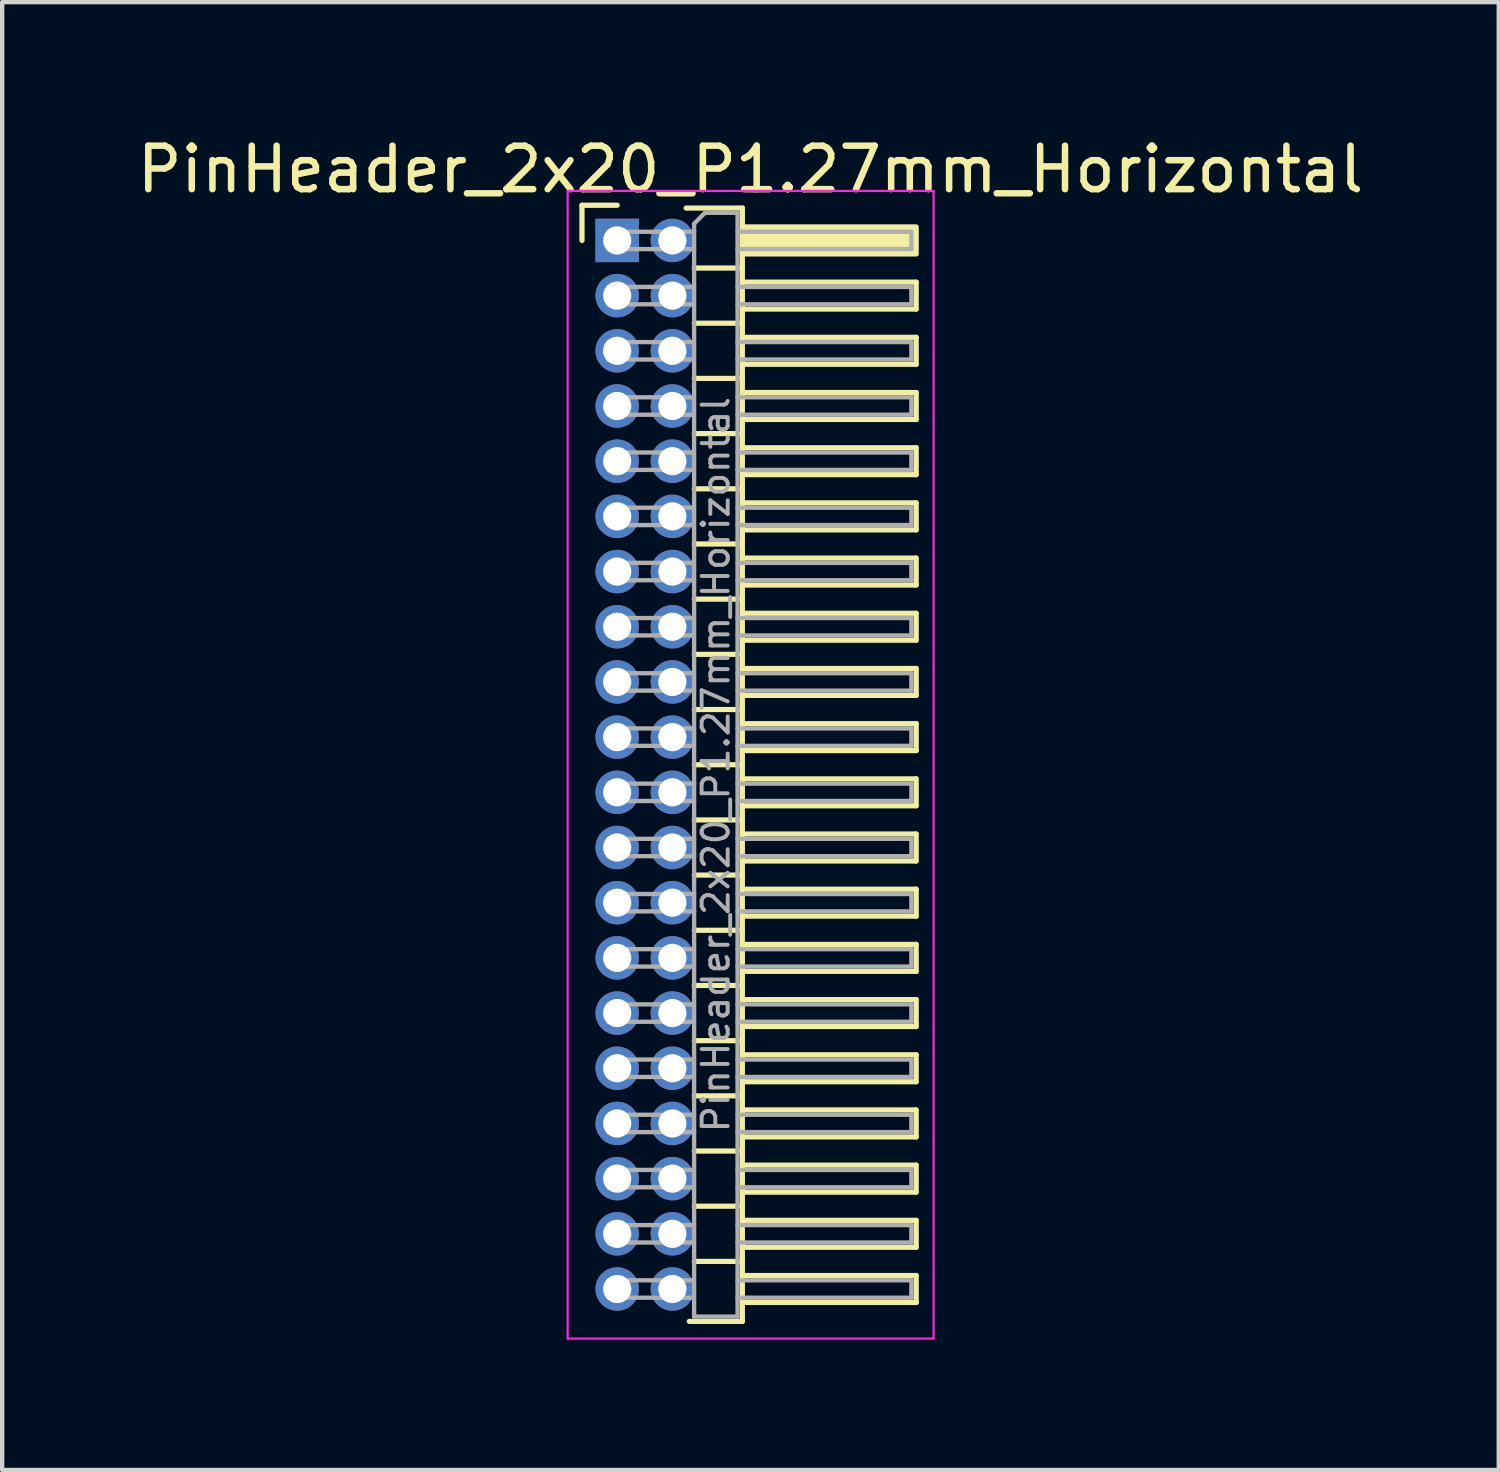
<source format=kicad_pcb>
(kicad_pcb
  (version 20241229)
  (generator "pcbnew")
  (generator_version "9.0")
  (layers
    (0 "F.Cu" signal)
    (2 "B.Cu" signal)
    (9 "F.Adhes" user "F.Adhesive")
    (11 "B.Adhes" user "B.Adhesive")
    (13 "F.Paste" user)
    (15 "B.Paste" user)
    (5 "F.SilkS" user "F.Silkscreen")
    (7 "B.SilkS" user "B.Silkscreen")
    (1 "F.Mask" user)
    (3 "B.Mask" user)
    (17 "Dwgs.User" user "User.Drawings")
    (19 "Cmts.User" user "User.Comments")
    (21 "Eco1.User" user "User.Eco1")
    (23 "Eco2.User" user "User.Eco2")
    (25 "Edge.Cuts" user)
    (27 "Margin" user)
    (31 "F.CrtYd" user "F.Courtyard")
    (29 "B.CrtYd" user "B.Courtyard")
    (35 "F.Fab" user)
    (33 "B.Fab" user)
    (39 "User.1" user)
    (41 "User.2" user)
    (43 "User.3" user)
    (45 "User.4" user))
  (footprint "PinHeader_2x20_P1.27mm_Horizontal"
    (layer "F.Cu")
    (at 11.153 2.483)
    (property "Reference" "PinHeader_2x20_P1.27mm_Horizontal" (at 3.067 -1.635 0) (layer "F.SilkS") (effects (font (size 1 1) (thickness 0.15))))
    (attr through_hole)
    (fp_line (start -0.81 -0.81) (end 0 -0.81) (stroke (width 0.12) (type solid)) (layer "F.SilkS"))
    (fp_line (start -0.81 0) (end -0.81 -0.81) (stroke (width 0.12) (type solid)) (layer "F.SilkS"))
    (fp_line (start 1.588 -0.745) (end 2.88 -0.745) (stroke (width 0.12) (type solid)) (layer "F.SilkS"))
    (fp_line (start 1.773 0.635) (end 2.88 0.635) (stroke (width 0.12) (type solid)) (layer "F.SilkS"))
    (fp_line (start 1.773 1.905) (end 2.88 1.905) (stroke (width 0.12) (type solid)) (layer "F.SilkS"))
    (fp_line (start 1.773 3.175) (end 2.88 3.175) (stroke (width 0.12) (type solid)) (layer "F.SilkS"))
    (fp_line (start 1.773 4.445) (end 2.88 4.445) (stroke (width 0.12) (type solid)) (layer "F.SilkS"))
    (fp_line (start 1.773 5.715) (end 2.88 5.715) (stroke (width 0.12) (type solid)) (layer "F.SilkS"))
    (fp_line (start 1.773 6.985) (end 2.88 6.985) (stroke (width 0.12) (type solid)) (layer "F.SilkS"))
    (fp_line (start 1.773 8.255) (end 2.88 8.255) (stroke (width 0.12) (type solid)) (layer "F.SilkS"))
    (fp_line (start 1.773 9.525) (end 2.88 9.525) (stroke (width 0.12) (type solid)) (layer "F.SilkS"))
    (fp_line (start 1.773 10.795) (end 2.88 10.795) (stroke (width 0.12) (type solid)) (layer "F.SilkS"))
    (fp_line (start 1.773 12.065) (end 2.88 12.065) (stroke (width 0.12) (type solid)) (layer "F.SilkS"))
    (fp_line (start 1.773 13.335) (end 2.88 13.335) (stroke (width 0.12) (type solid)) (layer "F.SilkS"))
    (fp_line (start 1.773 14.605) (end 2.88 14.605) (stroke (width 0.12) (type solid)) (layer "F.SilkS"))
    (fp_line (start 1.773 15.875) (end 2.88 15.875) (stroke (width 0.12) (type solid)) (layer "F.SilkS"))
    (fp_line (start 1.773 17.145) (end 2.88 17.145) (stroke (width 0.12) (type solid)) (layer "F.SilkS"))
    (fp_line (start 1.773 18.415) (end 2.88 18.415) (stroke (width 0.12) (type solid)) (layer "F.SilkS"))
    (fp_line (start 1.773 19.685) (end 2.88 19.685) (stroke (width 0.12) (type solid)) (layer "F.SilkS"))
    (fp_line (start 1.773 20.955) (end 2.88 20.955) (stroke (width 0.12) (type solid)) (layer "F.SilkS"))
    (fp_line (start 1.773 22.225) (end 2.88 22.225) (stroke (width 0.12) (type solid)) (layer "F.SilkS"))
    (fp_line (start 1.773 23.495) (end 2.88 23.495) (stroke (width 0.12) (type solid)) (layer "F.SilkS"))
    (fp_line (start 2.88 -0.745) (end 2.88 24.875) (stroke (width 0.12) (type solid)) (layer "F.SilkS"))
    (fp_line (start 2.88 0.96) (end 6.88 0.96) (stroke (width 0.12) (type solid)) (layer "F.SilkS"))
    (fp_line (start 2.88 2.23) (end 6.88 2.23) (stroke (width 0.12) (type solid)) (layer "F.SilkS"))
    (fp_line (start 2.88 3.5) (end 6.88 3.5) (stroke (width 0.12) (type solid)) (layer "F.SilkS"))
    (fp_line (start 2.88 4.77) (end 6.88 4.77) (stroke (width 0.12) (type solid)) (layer "F.SilkS"))
    (fp_line (start 2.88 6.04) (end 6.88 6.04) (stroke (width 0.12) (type solid)) (layer "F.SilkS"))
    (fp_line (start 2.88 7.31) (end 6.88 7.31) (stroke (width 0.12) (type solid)) (layer "F.SilkS"))
    (fp_line (start 2.88 8.58) (end 6.88 8.58) (stroke (width 0.12) (type solid)) (layer "F.SilkS"))
    (fp_line (start 2.88 9.85) (end 6.88 9.85) (stroke (width 0.12) (type solid)) (layer "F.SilkS"))
    (fp_line (start 2.88 11.12) (end 6.88 11.12) (stroke (width 0.12) (type solid)) (layer "F.SilkS"))
    (fp_line (start 2.88 12.39) (end 6.88 12.39) (stroke (width 0.12) (type solid)) (layer "F.SilkS"))
    (fp_line (start 2.88 13.66) (end 6.88 13.66) (stroke (width 0.12) (type solid)) (layer "F.SilkS"))
    (fp_line (start 2.88 14.93) (end 6.88 14.93) (stroke (width 0.12) (type solid)) (layer "F.SilkS"))
    (fp_line (start 2.88 16.2) (end 6.88 16.2) (stroke (width 0.12) (type solid)) (layer "F.SilkS"))
    (fp_line (start 2.88 17.47) (end 6.88 17.47) (stroke (width 0.12) (type solid)) (layer "F.SilkS"))
    (fp_line (start 2.88 18.74) (end 6.88 18.74) (stroke (width 0.12) (type solid)) (layer "F.SilkS"))
    (fp_line (start 2.88 20.01) (end 6.88 20.01) (stroke (width 0.12) (type solid)) (layer "F.SilkS"))
    (fp_line (start 2.88 21.28) (end 6.88 21.28) (stroke (width 0.12) (type solid)) (layer "F.SilkS"))
    (fp_line (start 2.88 22.55) (end 6.88 22.55) (stroke (width 0.12) (type solid)) (layer "F.SilkS"))
    (fp_line (start 2.88 23.82) (end 6.88 23.82) (stroke (width 0.12) (type solid)) (layer "F.SilkS"))
    (fp_line (start 2.88 24.875) (end 1.66 24.875) (stroke (width 0.12) (type solid)) (layer "F.SilkS"))
    (fp_line (start 6.88 0.96) (end 6.88 1.58) (stroke (width 0.12) (type solid)) (layer "F.SilkS"))
    (fp_line (start 6.88 1.58) (end 2.88 1.58) (stroke (width 0.12) (type solid)) (layer "F.SilkS"))
    (fp_line (start 6.88 2.23) (end 6.88 2.85) (stroke (width 0.12) (type solid)) (layer "F.SilkS"))
    (fp_line (start 6.88 2.85) (end 2.88 2.85) (stroke (width 0.12) (type solid)) (layer "F.SilkS"))
    (fp_line (start 6.88 3.5) (end 6.88 4.12) (stroke (width 0.12) (type solid)) (layer "F.SilkS"))
    (fp_line (start 6.88 4.12) (end 2.88 4.12) (stroke (width 0.12) (type solid)) (layer "F.SilkS"))
    (fp_line (start 6.88 4.77) (end 6.88 5.39) (stroke (width 0.12) (type solid)) (layer "F.SilkS"))
    (fp_line (start 6.88 5.39) (end 2.88 5.39) (stroke (width 0.12) (type solid)) (layer "F.SilkS"))
    (fp_line (start 6.88 6.04) (end 6.88 6.66) (stroke (width 0.12) (type solid)) (layer "F.SilkS"))
    (fp_line (start 6.88 6.66) (end 2.88 6.66) (stroke (width 0.12) (type solid)) (layer "F.SilkS"))
    (fp_line (start 6.88 7.31) (end 6.88 7.93) (stroke (width 0.12) (type solid)) (layer "F.SilkS"))
    (fp_line (start 6.88 7.93) (end 2.88 7.93) (stroke (width 0.12) (type solid)) (layer "F.SilkS"))
    (fp_line (start 6.88 8.58) (end 6.88 9.2) (stroke (width 0.12) (type solid)) (layer "F.SilkS"))
    (fp_line (start 6.88 9.2) (end 2.88 9.2) (stroke (width 0.12) (type solid)) (layer "F.SilkS"))
    (fp_line (start 6.88 9.85) (end 6.88 10.47) (stroke (width 0.12) (type solid)) (layer "F.SilkS"))
    (fp_line (start 6.88 10.47) (end 2.88 10.47) (stroke (width 0.12) (type solid)) (layer "F.SilkS"))
    (fp_line (start 6.88 11.12) (end 6.88 11.74) (stroke (width 0.12) (type solid)) (layer "F.SilkS"))
    (fp_line (start 6.88 11.74) (end 2.88 11.74) (stroke (width 0.12) (type solid)) (layer "F.SilkS"))
    (fp_line (start 6.88 12.39) (end 6.88 13.01) (stroke (width 0.12) (type solid)) (layer "F.SilkS"))
    (fp_line (start 6.88 13.01) (end 2.88 13.01) (stroke (width 0.12) (type solid)) (layer "F.SilkS"))
    (fp_line (start 6.88 13.66) (end 6.88 14.28) (stroke (width 0.12) (type solid)) (layer "F.SilkS"))
    (fp_line (start 6.88 14.28) (end 2.88 14.28) (stroke (width 0.12) (type solid)) (layer "F.SilkS"))
    (fp_line (start 6.88 14.93) (end 6.88 15.55) (stroke (width 0.12) (type solid)) (layer "F.SilkS"))
    (fp_line (start 6.88 15.55) (end 2.88 15.55) (stroke (width 0.12) (type solid)) (layer "F.SilkS"))
    (fp_line (start 6.88 16.2) (end 6.88 16.82) (stroke (width 0.12) (type solid)) (layer "F.SilkS"))
    (fp_line (start 6.88 16.82) (end 2.88 16.82) (stroke (width 0.12) (type solid)) (layer "F.SilkS"))
    (fp_line (start 6.88 17.47) (end 6.88 18.09) (stroke (width 0.12) (type solid)) (layer "F.SilkS"))
    (fp_line (start 6.88 18.09) (end 2.88 18.09) (stroke (width 0.12) (type solid)) (layer "F.SilkS"))
    (fp_line (start 6.88 18.74) (end 6.88 19.36) (stroke (width 0.12) (type solid)) (layer "F.SilkS"))
    (fp_line (start 6.88 19.36) (end 2.88 19.36) (stroke (width 0.12) (type solid)) (layer "F.SilkS"))
    (fp_line (start 6.88 20.01) (end 6.88 20.63) (stroke (width 0.12) (type solid)) (layer "F.SilkS"))
    (fp_line (start 6.88 20.63) (end 2.88 20.63) (stroke (width 0.12) (type solid)) (layer "F.SilkS"))
    (fp_line (start 6.88 21.28) (end 6.88 21.9) (stroke (width 0.12) (type solid)) (layer "F.SilkS"))
    (fp_line (start 6.88 21.9) (end 2.88 21.9) (stroke (width 0.12) (type solid)) (layer "F.SilkS"))
    (fp_line (start 6.88 22.55) (end 6.88 23.17) (stroke (width 0.12) (type solid)) (layer "F.SilkS"))
    (fp_line (start 6.88 23.17) (end 2.88 23.17) (stroke (width 0.12) (type solid)) (layer "F.SilkS"))
    (fp_line (start 6.88 23.82) (end 6.88 24.44) (stroke (width 0.12) (type solid)) (layer "F.SilkS"))
    (fp_line (start 6.88 24.44) (end 2.88 24.44) (stroke (width 0.12) (type solid)) (layer "F.SilkS"))
    (fp_rect (start 2.88 -0.31) (end 6.88 0.31) (stroke (width 0.12) (type solid)) (fill yes) (layer "F.SilkS"))
    (fp_line (start -1.14 -1.14) (end -1.14 25.27) (stroke (width 0.05) (type solid)) (layer "F.CrtYd"))
    (fp_line (start -1.14 25.27) (end 7.28 25.27) (stroke (width 0.05) (type solid)) (layer "F.CrtYd"))
    (fp_line (start 7.28 -1.14) (end -1.14 -1.14) (stroke (width 0.05) (type solid)) (layer "F.CrtYd"))
    (fp_line (start 7.28 25.27) (end 7.28 -1.14) (stroke (width 0.05) (type solid)) (layer "F.CrtYd"))
    (fp_line (start -0.2 -0.2) (end -0.2 0.2) (stroke (width 0.1) (type solid)) (layer "F.Fab"))
    (fp_line (start -0.2 -0.2) (end 1.77 -0.2) (stroke (width 0.1) (type solid)) (layer "F.Fab"))
    (fp_line (start -0.2 0.2) (end 1.77 0.2) (stroke (width 0.1) (type solid)) (layer "F.Fab"))
    (fp_line (start -0.2 1.07) (end -0.2 1.47) (stroke (width 0.1) (type solid)) (layer "F.Fab"))
    (fp_line (start -0.2 1.07) (end 1.77 1.07) (stroke (width 0.1) (type solid)) (layer "F.Fab"))
    (fp_line (start -0.2 1.47) (end 1.77 1.47) (stroke (width 0.1) (type solid)) (layer "F.Fab"))
    (fp_line (start -0.2 2.34) (end -0.2 2.74) (stroke (width 0.1) (type solid)) (layer "F.Fab"))
    (fp_line (start -0.2 2.34) (end 1.77 2.34) (stroke (width 0.1) (type solid)) (layer "F.Fab"))
    (fp_line (start -0.2 2.74) (end 1.77 2.74) (stroke (width 0.1) (type solid)) (layer "F.Fab"))
    (fp_line (start -0.2 3.61) (end -0.2 4.01) (stroke (width 0.1) (type solid)) (layer "F.Fab"))
    (fp_line (start -0.2 3.61) (end 1.77 3.61) (stroke (width 0.1) (type solid)) (layer "F.Fab"))
    (fp_line (start -0.2 4.01) (end 1.77 4.01) (stroke (width 0.1) (type solid)) (layer "F.Fab"))
    (fp_line (start -0.2 4.88) (end -0.2 5.28) (stroke (width 0.1) (type solid)) (layer "F.Fab"))
    (fp_line (start -0.2 4.88) (end 1.77 4.88) (stroke (width 0.1) (type solid)) (layer "F.Fab"))
    (fp_line (start -0.2 5.28) (end 1.77 5.28) (stroke (width 0.1) (type solid)) (layer "F.Fab"))
    (fp_line (start -0.2 6.15) (end -0.2 6.55) (stroke (width 0.1) (type solid)) (layer "F.Fab"))
    (fp_line (start -0.2 6.15) (end 1.77 6.15) (stroke (width 0.1) (type solid)) (layer "F.Fab"))
    (fp_line (start -0.2 6.55) (end 1.77 6.55) (stroke (width 0.1) (type solid)) (layer "F.Fab"))
    (fp_line (start -0.2 7.42) (end -0.2 7.82) (stroke (width 0.1) (type solid)) (layer "F.Fab"))
    (fp_line (start -0.2 7.42) (end 1.77 7.42) (stroke (width 0.1) (type solid)) (layer "F.Fab"))
    (fp_line (start -0.2 7.82) (end 1.77 7.82) (stroke (width 0.1) (type solid)) (layer "F.Fab"))
    (fp_line (start -0.2 8.69) (end -0.2 9.09) (stroke (width 0.1) (type solid)) (layer "F.Fab"))
    (fp_line (start -0.2 8.69) (end 1.77 8.69) (stroke (width 0.1) (type solid)) (layer "F.Fab"))
    (fp_line (start -0.2 9.09) (end 1.77 9.09) (stroke (width 0.1) (type solid)) (layer "F.Fab"))
    (fp_line (start -0.2 9.96) (end -0.2 10.36) (stroke (width 0.1) (type solid)) (layer "F.Fab"))
    (fp_line (start -0.2 9.96) (end 1.77 9.96) (stroke (width 0.1) (type solid)) (layer "F.Fab"))
    (fp_line (start -0.2 10.36) (end 1.77 10.36) (stroke (width 0.1) (type solid)) (layer "F.Fab"))
    (fp_line (start -0.2 11.23) (end -0.2 11.63) (stroke (width 0.1) (type solid)) (layer "F.Fab"))
    (fp_line (start -0.2 11.23) (end 1.77 11.23) (stroke (width 0.1) (type solid)) (layer "F.Fab"))
    (fp_line (start -0.2 11.63) (end 1.77 11.63) (stroke (width 0.1) (type solid)) (layer "F.Fab"))
    (fp_line (start -0.2 12.5) (end -0.2 12.9) (stroke (width 0.1) (type solid)) (layer "F.Fab"))
    (fp_line (start -0.2 12.5) (end 1.77 12.5) (stroke (width 0.1) (type solid)) (layer "F.Fab"))
    (fp_line (start -0.2 12.9) (end 1.77 12.9) (stroke (width 0.1) (type solid)) (layer "F.Fab"))
    (fp_line (start -0.2 13.77) (end -0.2 14.17) (stroke (width 0.1) (type solid)) (layer "F.Fab"))
    (fp_line (start -0.2 13.77) (end 1.77 13.77) (stroke (width 0.1) (type solid)) (layer "F.Fab"))
    (fp_line (start -0.2 14.17) (end 1.77 14.17) (stroke (width 0.1) (type solid)) (layer "F.Fab"))
    (fp_line (start -0.2 15.04) (end -0.2 15.44) (stroke (width 0.1) (type solid)) (layer "F.Fab"))
    (fp_line (start -0.2 15.04) (end 1.77 15.04) (stroke (width 0.1) (type solid)) (layer "F.Fab"))
    (fp_line (start -0.2 15.44) (end 1.77 15.44) (stroke (width 0.1) (type solid)) (layer "F.Fab"))
    (fp_line (start -0.2 16.31) (end -0.2 16.71) (stroke (width 0.1) (type solid)) (layer "F.Fab"))
    (fp_line (start -0.2 16.31) (end 1.77 16.31) (stroke (width 0.1) (type solid)) (layer "F.Fab"))
    (fp_line (start -0.2 16.71) (end 1.77 16.71) (stroke (width 0.1) (type solid)) (layer "F.Fab"))
    (fp_line (start -0.2 17.58) (end -0.2 17.98) (stroke (width 0.1) (type solid)) (layer "F.Fab"))
    (fp_line (start -0.2 17.58) (end 1.77 17.58) (stroke (width 0.1) (type solid)) (layer "F.Fab"))
    (fp_line (start -0.2 17.98) (end 1.77 17.98) (stroke (width 0.1) (type solid)) (layer "F.Fab"))
    (fp_line (start -0.2 18.85) (end -0.2 19.25) (stroke (width 0.1) (type solid)) (layer "F.Fab"))
    (fp_line (start -0.2 18.85) (end 1.77 18.85) (stroke (width 0.1) (type solid)) (layer "F.Fab"))
    (fp_line (start -0.2 19.25) (end 1.77 19.25) (stroke (width 0.1) (type solid)) (layer "F.Fab"))
    (fp_line (start -0.2 20.12) (end -0.2 20.52) (stroke (width 0.1) (type solid)) (layer "F.Fab"))
    (fp_line (start -0.2 20.12) (end 1.77 20.12) (stroke (width 0.1) (type solid)) (layer "F.Fab"))
    (fp_line (start -0.2 20.52) (end 1.77 20.52) (stroke (width 0.1) (type solid)) (layer "F.Fab"))
    (fp_line (start -0.2 21.39) (end -0.2 21.79) (stroke (width 0.1) (type solid)) (layer "F.Fab"))
    (fp_line (start -0.2 21.39) (end 1.77 21.39) (stroke (width 0.1) (type solid)) (layer "F.Fab"))
    (fp_line (start -0.2 21.79) (end 1.77 21.79) (stroke (width 0.1) (type solid)) (layer "F.Fab"))
    (fp_line (start -0.2 22.66) (end -0.2 23.06) (stroke (width 0.1) (type solid)) (layer "F.Fab"))
    (fp_line (start -0.2 22.66) (end 1.77 22.66) (stroke (width 0.1) (type solid)) (layer "F.Fab"))
    (fp_line (start -0.2 23.06) (end 1.77 23.06) (stroke (width 0.1) (type solid)) (layer "F.Fab"))
    (fp_line (start -0.2 23.93) (end -0.2 24.33) (stroke (width 0.1) (type solid)) (layer "F.Fab"))
    (fp_line (start -0.2 23.93) (end 1.77 23.93) (stroke (width 0.1) (type solid)) (layer "F.Fab"))
    (fp_line (start -0.2 24.33) (end 1.77 24.33) (stroke (width 0.1) (type solid)) (layer "F.Fab"))
    (fp_line (start 1.77 -0.385) (end 2.02 -0.635) (stroke (width 0.1) (type solid)) (layer "F.Fab"))
    (fp_line (start 1.77 24.765) (end 1.77 -0.385) (stroke (width 0.1) (type solid)) (layer "F.Fab"))
    (fp_line (start 2.02 -0.635) (end 2.77 -0.635) (stroke (width 0.1) (type solid)) (layer "F.Fab"))
    (fp_line (start 2.77 -0.635) (end 2.77 24.765) (stroke (width 0.1) (type solid)) (layer "F.Fab"))
    (fp_line (start 2.77 -0.2) (end 6.77 -0.2) (stroke (width 0.1) (type solid)) (layer "F.Fab"))
    (fp_line (start 2.77 0.2) (end 6.77 0.2) (stroke (width 0.1) (type solid)) (layer "F.Fab"))
    (fp_line (start 2.77 1.07) (end 6.77 1.07) (stroke (width 0.1) (type solid)) (layer "F.Fab"))
    (fp_line (start 2.77 1.47) (end 6.77 1.47) (stroke (width 0.1) (type solid)) (layer "F.Fab"))
    (fp_line (start 2.77 2.34) (end 6.77 2.34) (stroke (width 0.1) (type solid)) (layer "F.Fab"))
    (fp_line (start 2.77 2.74) (end 6.77 2.74) (stroke (width 0.1) (type solid)) (layer "F.Fab"))
    (fp_line (start 2.77 3.61) (end 6.77 3.61) (stroke (width 0.1) (type solid)) (layer "F.Fab"))
    (fp_line (start 2.77 4.01) (end 6.77 4.01) (stroke (width 0.1) (type solid)) (layer "F.Fab"))
    (fp_line (start 2.77 4.88) (end 6.77 4.88) (stroke (width 0.1) (type solid)) (layer "F.Fab"))
    (fp_line (start 2.77 5.28) (end 6.77 5.28) (stroke (width 0.1) (type solid)) (layer "F.Fab"))
    (fp_line (start 2.77 6.15) (end 6.77 6.15) (stroke (width 0.1) (type solid)) (layer "F.Fab"))
    (fp_line (start 2.77 6.55) (end 6.77 6.55) (stroke (width 0.1) (type solid)) (layer "F.Fab"))
    (fp_line (start 2.77 7.42) (end 6.77 7.42) (stroke (width 0.1) (type solid)) (layer "F.Fab"))
    (fp_line (start 2.77 7.82) (end 6.77 7.82) (stroke (width 0.1) (type solid)) (layer "F.Fab"))
    (fp_line (start 2.77 8.69) (end 6.77 8.69) (stroke (width 0.1) (type solid)) (layer "F.Fab"))
    (fp_line (start 2.77 9.09) (end 6.77 9.09) (stroke (width 0.1) (type solid)) (layer "F.Fab"))
    (fp_line (start 2.77 9.96) (end 6.77 9.96) (stroke (width 0.1) (type solid)) (layer "F.Fab"))
    (fp_line (start 2.77 10.36) (end 6.77 10.36) (stroke (width 0.1) (type solid)) (layer "F.Fab"))
    (fp_line (start 2.77 11.23) (end 6.77 11.23) (stroke (width 0.1) (type solid)) (layer "F.Fab"))
    (fp_line (start 2.77 11.63) (end 6.77 11.63) (stroke (width 0.1) (type solid)) (layer "F.Fab"))
    (fp_line (start 2.77 12.5) (end 6.77 12.5) (stroke (width 0.1) (type solid)) (layer "F.Fab"))
    (fp_line (start 2.77 12.9) (end 6.77 12.9) (stroke (width 0.1) (type solid)) (layer "F.Fab"))
    (fp_line (start 2.77 13.77) (end 6.77 13.77) (stroke (width 0.1) (type solid)) (layer "F.Fab"))
    (fp_line (start 2.77 14.17) (end 6.77 14.17) (stroke (width 0.1) (type solid)) (layer "F.Fab"))
    (fp_line (start 2.77 15.04) (end 6.77 15.04) (stroke (width 0.1) (type solid)) (layer "F.Fab"))
    (fp_line (start 2.77 15.44) (end 6.77 15.44) (stroke (width 0.1) (type solid)) (layer "F.Fab"))
    (fp_line (start 2.77 16.31) (end 6.77 16.31) (stroke (width 0.1) (type solid)) (layer "F.Fab"))
    (fp_line (start 2.77 16.71) (end 6.77 16.71) (stroke (width 0.1) (type solid)) (layer "F.Fab"))
    (fp_line (start 2.77 17.58) (end 6.77 17.58) (stroke (width 0.1) (type solid)) (layer "F.Fab"))
    (fp_line (start 2.77 17.98) (end 6.77 17.98) (stroke (width 0.1) (type solid)) (layer "F.Fab"))
    (fp_line (start 2.77 18.85) (end 6.77 18.85) (stroke (width 0.1) (type solid)) (layer "F.Fab"))
    (fp_line (start 2.77 19.25) (end 6.77 19.25) (stroke (width 0.1) (type solid)) (layer "F.Fab"))
    (fp_line (start 2.77 20.12) (end 6.77 20.12) (stroke (width 0.1) (type solid)) (layer "F.Fab"))
    (fp_line (start 2.77 20.52) (end 6.77 20.52) (stroke (width 0.1) (type solid)) (layer "F.Fab"))
    (fp_line (start 2.77 21.39) (end 6.77 21.39) (stroke (width 0.1) (type solid)) (layer "F.Fab"))
    (fp_line (start 2.77 21.79) (end 6.77 21.79) (stroke (width 0.1) (type solid)) (layer "F.Fab"))
    (fp_line (start 2.77 22.66) (end 6.77 22.66) (stroke (width 0.1) (type solid)) (layer "F.Fab"))
    (fp_line (start 2.77 23.06) (end 6.77 23.06) (stroke (width 0.1) (type solid)) (layer "F.Fab"))
    (fp_line (start 2.77 23.93) (end 6.77 23.93) (stroke (width 0.1) (type solid)) (layer "F.Fab"))
    (fp_line (start 2.77 24.33) (end 6.77 24.33) (stroke (width 0.1) (type solid)) (layer "F.Fab"))
    (fp_line (start 2.77 24.765) (end 1.77 24.765) (stroke (width 0.1) (type solid)) (layer "F.Fab"))
    (fp_line (start 6.77 -0.2) (end 6.77 0.2) (stroke (width 0.1) (type solid)) (layer "F.Fab"))
    (fp_line (start 6.77 1.07) (end 6.77 1.47) (stroke (width 0.1) (type solid)) (layer "F.Fab"))
    (fp_line (start 6.77 2.34) (end 6.77 2.74) (stroke (width 0.1) (type solid)) (layer "F.Fab"))
    (fp_line (start 6.77 3.61) (end 6.77 4.01) (stroke (width 0.1) (type solid)) (layer "F.Fab"))
    (fp_line (start 6.77 4.88) (end 6.77 5.28) (stroke (width 0.1) (type solid)) (layer "F.Fab"))
    (fp_line (start 6.77 6.15) (end 6.77 6.55) (stroke (width 0.1) (type solid)) (layer "F.Fab"))
    (fp_line (start 6.77 7.42) (end 6.77 7.82) (stroke (width 0.1) (type solid)) (layer "F.Fab"))
    (fp_line (start 6.77 8.69) (end 6.77 9.09) (stroke (width 0.1) (type solid)) (layer "F.Fab"))
    (fp_line (start 6.77 9.96) (end 6.77 10.36) (stroke (width 0.1) (type solid)) (layer "F.Fab"))
    (fp_line (start 6.77 11.23) (end 6.77 11.63) (stroke (width 0.1) (type solid)) (layer "F.Fab"))
    (fp_line (start 6.77 12.5) (end 6.77 12.9) (stroke (width 0.1) (type solid)) (layer "F.Fab"))
    (fp_line (start 6.77 13.77) (end 6.77 14.17) (stroke (width 0.1) (type solid)) (layer "F.Fab"))
    (fp_line (start 6.77 15.04) (end 6.77 15.44) (stroke (width 0.1) (type solid)) (layer "F.Fab"))
    (fp_line (start 6.77 16.31) (end 6.77 16.71) (stroke (width 0.1) (type solid)) (layer "F.Fab"))
    (fp_line (start 6.77 17.58) (end 6.77 17.98) (stroke (width 0.1) (type solid)) (layer "F.Fab"))
    (fp_line (start 6.77 18.85) (end 6.77 19.25) (stroke (width 0.1) (type solid)) (layer "F.Fab"))
    (fp_line (start 6.77 20.12) (end 6.77 20.52) (stroke (width 0.1) (type solid)) (layer "F.Fab"))
    (fp_line (start 6.77 21.39) (end 6.77 21.79) (stroke (width 0.1) (type solid)) (layer "F.Fab"))
    (fp_line (start 6.77 22.66) (end 6.77 23.06) (stroke (width 0.1) (type solid)) (layer "F.Fab"))
    (fp_line (start 6.77 23.93) (end 6.77 24.33) (stroke (width 0.1) (type solid)) (layer "F.Fab"))
    (fp_text user "${REFERENCE}" (at 2.27 12.065 90) (layer "F.Fab") (effects (font (size 0.6 0.6) (thickness 0.09))))
    (pad "1" thru_hole rect (at 0 0) (size 1 1) (drill 0.65) (layers "*.Cu" "*.Mask"))
    (pad "2" thru_hole circle (at 1.27 0) (size 1 1) (drill 0.65) (layers "*.Cu" "*.Mask"))
    (pad "3" thru_hole circle (at 0 1.27) (size 1 1) (drill 0.65) (layers "*.Cu" "*.Mask"))
    (pad "4" thru_hole circle (at 1.27 1.27) (size 1 1) (drill 0.65) (layers "*.Cu" "*.Mask"))
    (pad "5" thru_hole circle (at 0 2.54) (size 1 1) (drill 0.65) (layers "*.Cu" "*.Mask"))
    (pad "6" thru_hole circle (at 1.27 2.54) (size 1 1) (drill 0.65) (layers "*.Cu" "*.Mask"))
    (pad "7" thru_hole circle (at 0 3.81) (size 1 1) (drill 0.65) (layers "*.Cu" "*.Mask"))
    (pad "8" thru_hole circle (at 1.27 3.81) (size 1 1) (drill 0.65) (layers "*.Cu" "*.Mask"))
    (pad "9" thru_hole circle (at 0 5.08) (size 1 1) (drill 0.65) (layers "*.Cu" "*.Mask"))
    (pad "10" thru_hole circle (at 1.27 5.08) (size 1 1) (drill 0.65) (layers "*.Cu" "*.Mask"))
    (pad "11" thru_hole circle (at 0 6.35) (size 1 1) (drill 0.65) (layers "*.Cu" "*.Mask"))
    (pad "12" thru_hole circle (at 1.27 6.35) (size 1 1) (drill 0.65) (layers "*.Cu" "*.Mask"))
    (pad "13" thru_hole circle (at 0 7.62) (size 1 1) (drill 0.65) (layers "*.Cu" "*.Mask"))
    (pad "14" thru_hole circle (at 1.27 7.62) (size 1 1) (drill 0.65) (layers "*.Cu" "*.Mask"))
    (pad "15" thru_hole circle (at 0 8.89) (size 1 1) (drill 0.65) (layers "*.Cu" "*.Mask"))
    (pad "16" thru_hole circle (at 1.27 8.89) (size 1 1) (drill 0.65) (layers "*.Cu" "*.Mask"))
    (pad "17" thru_hole circle (at 0 10.16) (size 1 1) (drill 0.65) (layers "*.Cu" "*.Mask"))
    (pad "18" thru_hole circle (at 1.27 10.16) (size 1 1) (drill 0.65) (layers "*.Cu" "*.Mask"))
    (pad "19" thru_hole circle (at 0 11.43) (size 1 1) (drill 0.65) (layers "*.Cu" "*.Mask"))
    (pad "20" thru_hole circle (at 1.27 11.43) (size 1 1) (drill 0.65) (layers "*.Cu" "*.Mask"))
    (pad "21" thru_hole circle (at 0 12.7) (size 1 1) (drill 0.65) (layers "*.Cu" "*.Mask"))
    (pad "22" thru_hole circle (at 1.27 12.7) (size 1 1) (drill 0.65) (layers "*.Cu" "*.Mask"))
    (pad "23" thru_hole circle (at 0 13.97) (size 1 1) (drill 0.65) (layers "*.Cu" "*.Mask"))
    (pad "24" thru_hole circle (at 1.27 13.97) (size 1 1) (drill 0.65) (layers "*.Cu" "*.Mask"))
    (pad "25" thru_hole circle (at 0 15.24) (size 1 1) (drill 0.65) (layers "*.Cu" "*.Mask"))
    (pad "26" thru_hole circle (at 1.27 15.24) (size 1 1) (drill 0.65) (layers "*.Cu" "*.Mask"))
    (pad "27" thru_hole circle (at 0 16.51) (size 1 1) (drill 0.65) (layers "*.Cu" "*.Mask"))
    (pad "28" thru_hole circle (at 1.27 16.51) (size 1 1) (drill 0.65) (layers "*.Cu" "*.Mask"))
    (pad "29" thru_hole circle (at 0 17.78) (size 1 1) (drill 0.65) (layers "*.Cu" "*.Mask"))
    (pad "30" thru_hole circle (at 1.27 17.78) (size 1 1) (drill 0.65) (layers "*.Cu" "*.Mask"))
    (pad "31" thru_hole circle (at 0 19.05) (size 1 1) (drill 0.65) (layers "*.Cu" "*.Mask"))
    (pad "32" thru_hole circle (at 1.27 19.05) (size 1 1) (drill 0.65) (layers "*.Cu" "*.Mask"))
    (pad "33" thru_hole circle (at 0 20.32) (size 1 1) (drill 0.65) (layers "*.Cu" "*.Mask"))
    (pad "34" thru_hole circle (at 1.27 20.32) (size 1 1) (drill 0.65) (layers "*.Cu" "*.Mask"))
    (pad "35" thru_hole circle (at 0 21.59) (size 1 1) (drill 0.65) (layers "*.Cu" "*.Mask"))
    (pad "36" thru_hole circle (at 1.27 21.59) (size 1 1) (drill 0.65) (layers "*.Cu" "*.Mask"))
    (pad "37" thru_hole circle (at 0 22.86) (size 1 1) (drill 0.65) (layers "*.Cu" "*.Mask"))
    (pad "38" thru_hole circle (at 1.27 22.86) (size 1 1) (drill 0.65) (layers "*.Cu" "*.Mask"))
    (pad "39" thru_hole circle (at 0 24.13) (size 1 1) (drill 0.65) (layers "*.Cu" "*.Mask"))
    (pad "40" thru_hole circle (at 1.27 24.13) (size 1 1) (drill 0.65) (layers "*.Cu" "*.Mask")))
  (gr_rect
    (start -3 -3)
    (end 31.44 30.778)
    (stroke (width 0.1) (type default))
    (fill no)
    (layer "Edge.Cuts")))
</source>
